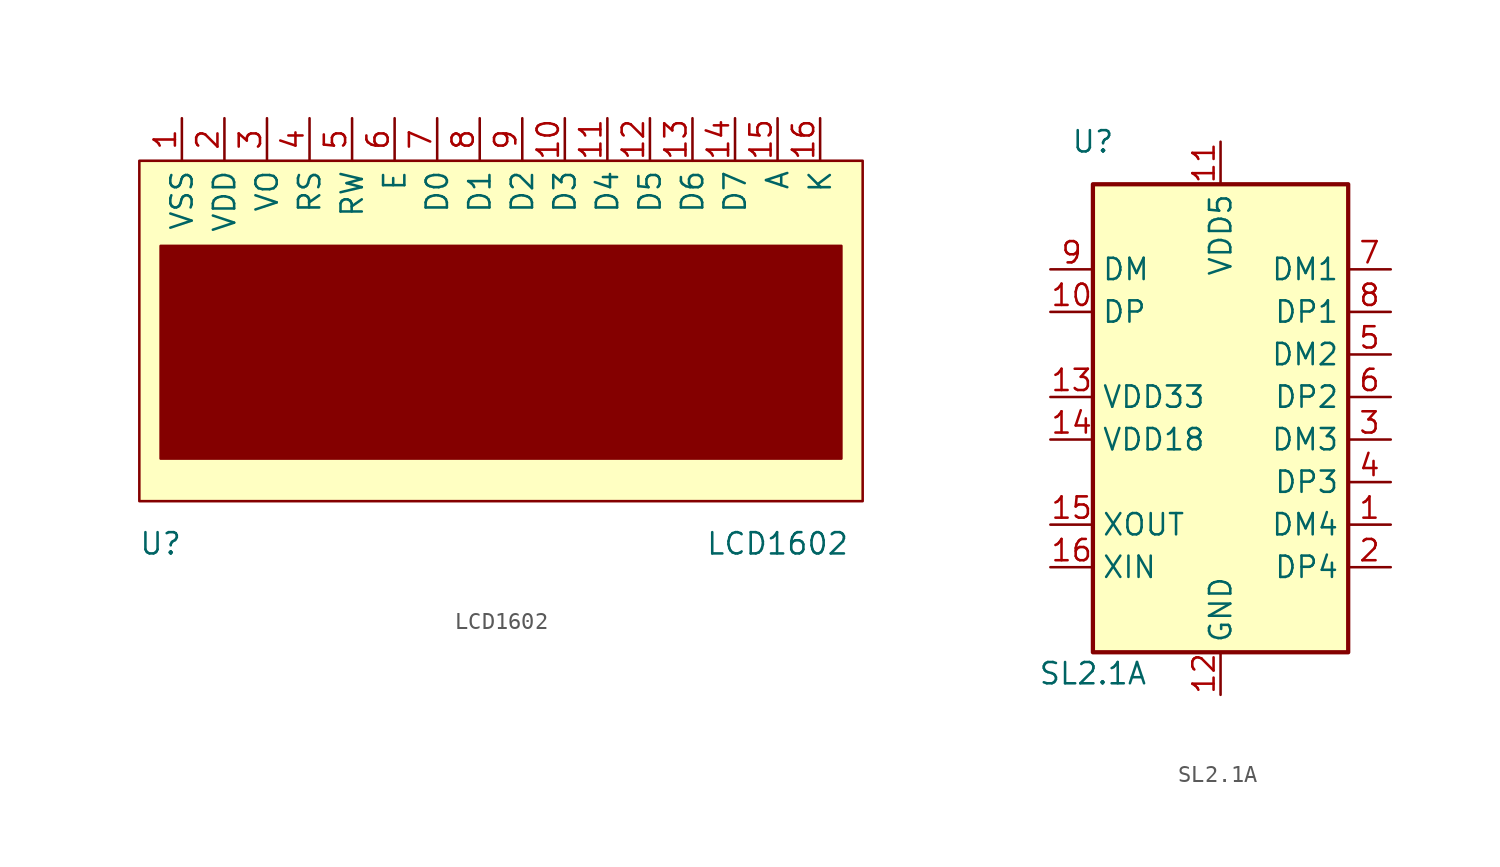
<source format=kicad_sym>
(kicad_symbol_lib
  (version 20220914)
  (generator kicad_symbol_editor)
  (symbol "LCD1602"
    (property "Reference" "U"
      (at -20.32 -12.7 0)
      (effects (font (size 1.27 1.27))))
    (property "Value" "LCD1602"
      (at 16.51 -12.7 0)
      (effects (font (size 1.27 1.27))))
    (symbol "LCD1602_1_1"
      (rectangle (start -21.59 10.16) (end 21.59 -10.16) (stroke (width 0) (type default)) (fill (type background)))
      (rectangle (start -20.32 5.08) (end 20.32 -7.62) (stroke (width 0) (type default)) (fill (type outline)))
      (pin power_in line (at -19.05 12.7 270) (length 2.54) (name "VSS" (effects (font (size 1.27 1.27)))) (number "1" (effects (font (size 1.27 1.27)))))
      (pin input line (at 3.81 12.7 270) (length 2.54) (name "D3" (effects (font (size 1.27 1.27)))) (number "10" (effects (font (size 1.27 1.27)))))
      (pin input line (at 6.35 12.7 270) (length 2.54) (name "D4" (effects (font (size 1.27 1.27)))) (number "11" (effects (font (size 1.27 1.27)))))
      (pin input line (at 8.89 12.7 270) (length 2.54) (name "D5" (effects (font (size 1.27 1.27)))) (number "12" (effects (font (size 1.27 1.27)))))
      (pin input line (at 11.43 12.7 270) (length 2.54) (name "D6" (effects (font (size 1.27 1.27)))) (number "13" (effects (font (size 1.27 1.27)))))
      (pin input line (at 13.97 12.7 270) (length 2.54) (name "D7" (effects (font (size 1.27 1.27)))) (number "14" (effects (font (size 1.27 1.27)))))
      (pin power_in line (at 16.51 12.7 270) (length 2.54) (name "A" (effects (font (size 1.27 1.27)))) (number "15" (effects (font (size 1.27 1.27)))))
      (pin input line (at 19.05 12.7 270) (length 2.54) (name "K" (effects (font (size 1.27 1.27)))) (number "16" (effects (font (size 1.27 1.27)))))
      (pin power_in line (at -16.51 12.7 270) (length 2.54) (name "VDD" (effects (font (size 1.27 1.27)))) (number "2" (effects (font (size 1.27 1.27)))))
      (pin input line (at -13.97 12.7 270) (length 2.54) (name "VO" (effects (font (size 1.27 1.27)))) (number "3" (effects (font (size 1.27 1.27)))))
      (pin input line (at -11.43 12.7 270) (length 2.54) (name "RS" (effects (font (size 1.27 1.27)))) (number "4" (effects (font (size 1.27 1.27)))))
      (pin input line (at -8.89 12.7 270) (length 2.54) (name "RW" (effects (font (size 1.27 1.27)))) (number "5" (effects (font (size 1.27 1.27)))))
      (pin input line (at -6.35 12.7 270) (length 2.54) (name "E" (effects (font (size 1.27 1.27)))) (number "6" (effects (font (size 1.27 1.27)))))
      (pin input line (at -3.81 12.7 270) (length 2.54) (name "D0" (effects (font (size 1.27 1.27)))) (number "7" (effects (font (size 1.27 1.27)))))
      (pin input line (at -1.27 12.7 270) (length 2.54) (name "D1" (effects (font (size 1.27 1.27)))) (number "8" (effects (font (size 1.27 1.27)))))
      (pin input line (at 1.27 12.7 270) (length 2.54) (name "D2" (effects (font (size 1.27 1.27)))) (number "9" (effects (font (size 1.27 1.27)))))))
  (symbol "SL2.1A"
    (property "Reference" "U"
      (at -7.62 16.51 0)
      (effects (font (size 1.27 1.27))))
    (property "Value" "SL2.1A"
      (at -7.62 -15.24 0)
      (effects (font (size 1.27 1.27))))
    (symbol "SL2.1A_1_0"
      (pin bidirectional line (at 10.16 -6.35 180) (length 2.54) (name "DM4" (effects (font (size 1.27 1.27)))) (number "1" (effects (font (size 1.27 1.27)))))
      (pin bidirectional line (at -10.16 6.35 0) (length 2.54) (name "DP" (effects (font (size 1.27 1.27)))) (number "10" (effects (font (size 1.27 1.27)))))
      (pin power_in line (at 0 16.51 270) (length 2.54) (name "VDD5" (effects (font (size 1.27 1.27)))) (number "11" (effects (font (size 1.27 1.27)))))
      (pin power_in line (at 0 -16.51 90) (length 2.54) (name "GND" (effects (font (size 1.27 1.27)))) (number "12" (effects (font (size 1.27 1.27)))))
      (pin power_out line (at -10.16 1.27 0) (length 2.54) (name "VDD33" (effects (font (size 1.27 1.27)))) (number "13" (effects (font (size 1.27 1.27)))))
      (pin power_out line (at -10.16 -1.27 0) (length 2.54) (name "VDD18" (effects (font (size 1.27 1.27)))) (number "14" (effects (font (size 1.27 1.27)))))
      (pin output line (at -10.16 -6.35 0) (length 2.54) (name "XOUT" (effects (font (size 1.27 1.27)))) (number "15" (effects (font (size 1.27 1.27)))))
      (pin input line (at -10.16 -8.89 0) (length 2.54) (name "XIN" (effects (font (size 1.27 1.27)))) (number "16" (effects (font (size 1.27 1.27)))))
      (pin bidirectional line (at 10.16 -8.89 180) (length 2.54) (name "DP4" (effects (font (size 1.27 1.27)))) (number "2" (effects (font (size 1.27 1.27)))))
      (pin bidirectional line (at 10.16 -1.27 180) (length 2.54) (name "DM3" (effects (font (size 1.27 1.27)))) (number "3" (effects (font (size 1.27 1.27)))))
      (pin bidirectional line (at 10.16 -3.81 180) (length 2.54) (name "DP3" (effects (font (size 1.27 1.27)))) (number "4" (effects (font (size 1.27 1.27)))))
      (pin bidirectional line (at 10.16 3.81 180) (length 2.54) (name "DM2" (effects (font (size 1.27 1.27)))) (number "5" (effects (font (size 1.27 1.27)))))
      (pin bidirectional line (at 10.16 1.27 180) (length 2.54) (name "DP2" (effects (font (size 1.27 1.27)))) (number "6" (effects (font (size 1.27 1.27)))))
      (pin bidirectional line (at 10.16 8.89 180) (length 2.54) (name "DM1" (effects (font (size 1.27 1.27)))) (number "7" (effects (font (size 1.27 1.27)))))
      (pin bidirectional line (at 10.16 6.35 180) (length 2.54) (name "DP1" (effects (font (size 1.27 1.27)))) (number "8" (effects (font (size 1.27 1.27)))))
      (pin bidirectional line (at -10.16 8.89 0) (length 2.54) (name "DM" (effects (font (size 1.27 1.27)))) (number "9" (effects (font (size 1.27 1.27))))))
    (symbol "SL2.1A_1_1"
      (rectangle (start -7.62 13.97) (end 7.62 -13.97) (stroke (width 0.254) (type default)) (fill (type background))))))
</source>
